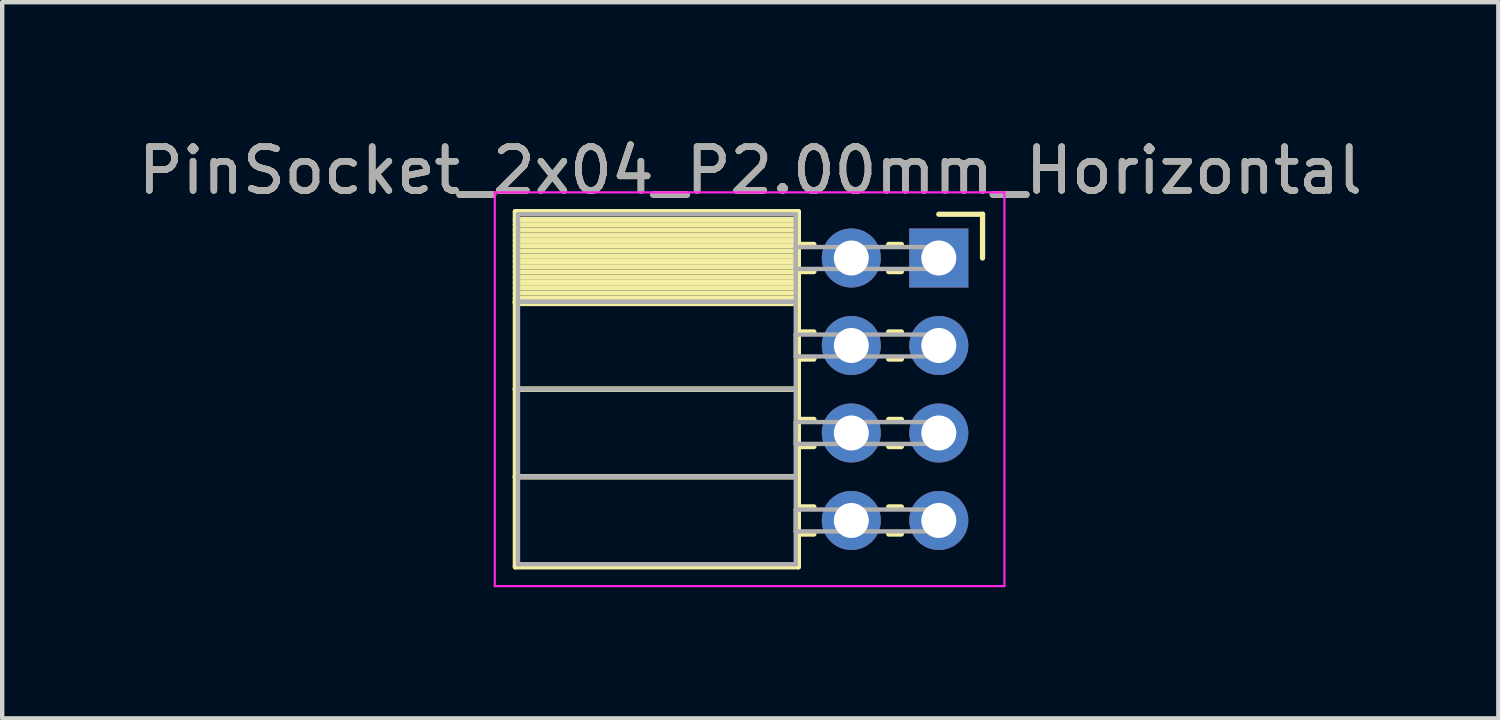
<source format=kicad_pcb>
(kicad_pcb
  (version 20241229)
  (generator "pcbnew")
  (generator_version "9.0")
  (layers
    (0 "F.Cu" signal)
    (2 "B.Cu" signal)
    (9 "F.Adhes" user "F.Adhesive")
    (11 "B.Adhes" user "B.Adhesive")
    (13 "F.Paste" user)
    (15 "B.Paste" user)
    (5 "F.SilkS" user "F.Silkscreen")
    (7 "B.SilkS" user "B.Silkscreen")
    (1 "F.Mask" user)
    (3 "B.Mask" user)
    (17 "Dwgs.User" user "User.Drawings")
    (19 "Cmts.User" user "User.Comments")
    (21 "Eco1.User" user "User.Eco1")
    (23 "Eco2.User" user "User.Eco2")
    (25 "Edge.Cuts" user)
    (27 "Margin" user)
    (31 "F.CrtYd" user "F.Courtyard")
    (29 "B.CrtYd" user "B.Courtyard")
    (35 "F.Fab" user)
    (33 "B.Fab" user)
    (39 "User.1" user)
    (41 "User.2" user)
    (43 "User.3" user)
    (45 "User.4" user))
  (footprint "PinSocket_2x04_P2.00mm_Horizontal"
    (layer "F.Cu")
    (at 18.411 2.848)
    (property "Reference" "PinSocket_2x04_P2.00mm_Horizontal" (at -4.31 -2 0) (layer "F.SilkS") (effects (font (size 1 1) (thickness 0.15))))
    (attr through_hole)
    (fp_line (start -9.68 -1.06) (end -3.21 -1.06) (stroke (width 0.12) (type solid)) (layer "F.SilkS"))
    (fp_line (start -9.68 1) (end -9.68 -1.06) (stroke (width 0.12) (type solid)) (layer "F.SilkS"))
    (fp_line (start -9.68 1) (end -3.21 1) (stroke (width 0.12) (type solid)) (layer "F.SilkS"))
    (fp_line (start -9.68 3) (end -9.68 1) (stroke (width 0.12) (type solid)) (layer "F.SilkS"))
    (fp_line (start -9.68 3) (end -3.21 3) (stroke (width 0.12) (type solid)) (layer "F.SilkS"))
    (fp_line (start -9.68 5) (end -9.68 3) (stroke (width 0.12) (type solid)) (layer "F.SilkS"))
    (fp_line (start -9.68 5) (end -3.21 5) (stroke (width 0.12) (type solid)) (layer "F.SilkS"))
    (fp_line (start -9.68 7.06) (end -9.68 5) (stroke (width 0.12) (type solid)) (layer "F.SilkS"))
    (fp_line (start -3.21 -1.06) (end -3.21 1) (stroke (width 0.12) (type solid)) (layer "F.SilkS"))
    (fp_line (start -3.21 -0.88) (end -9.68 -0.88) (stroke (width 0.12) (type solid)) (layer "F.SilkS"))
    (fp_line (start -3.21 -0.76) (end -9.68 -0.76) (stroke (width 0.12) (type solid)) (layer "F.SilkS"))
    (fp_line (start -3.21 -0.64) (end -9.68 -0.64) (stroke (width 0.12) (type solid)) (layer "F.SilkS"))
    (fp_line (start -3.21 -0.52) (end -9.68 -0.52) (stroke (width 0.12) (type solid)) (layer "F.SilkS"))
    (fp_line (start -3.21 -0.4) (end -9.68 -0.4) (stroke (width 0.12) (type solid)) (layer "F.SilkS"))
    (fp_line (start -3.21 -0.28) (end -9.68 -0.28) (stroke (width 0.12) (type solid)) (layer "F.SilkS"))
    (fp_line (start -3.21 -0.16) (end -9.68 -0.16) (stroke (width 0.12) (type solid)) (layer "F.SilkS"))
    (fp_line (start -3.21 -0.04) (end -9.68 -0.04) (stroke (width 0.12) (type solid)) (layer "F.SilkS"))
    (fp_line (start -3.21 0.08) (end -9.68 0.08) (stroke (width 0.12) (type solid)) (layer "F.SilkS"))
    (fp_line (start -3.21 0.2) (end -9.68 0.2) (stroke (width 0.12) (type solid)) (layer "F.SilkS"))
    (fp_line (start -3.21 0.32) (end -9.68 0.32) (stroke (width 0.12) (type solid)) (layer "F.SilkS"))
    (fp_line (start -3.21 0.44) (end -9.68 0.44) (stroke (width 0.12) (type solid)) (layer "F.SilkS"))
    (fp_line (start -3.21 0.56) (end -9.68 0.56) (stroke (width 0.12) (type solid)) (layer "F.SilkS"))
    (fp_line (start -3.21 0.68) (end -9.68 0.68) (stroke (width 0.12) (type solid)) (layer "F.SilkS"))
    (fp_line (start -3.21 0.8) (end -9.68 0.8) (stroke (width 0.12) (type solid)) (layer "F.SilkS"))
    (fp_line (start -3.21 0.92) (end -9.68 0.92) (stroke (width 0.12) (type solid)) (layer "F.SilkS"))
    (fp_line (start -3.21 1) (end -9.68 1) (stroke (width 0.12) (type solid)) (layer "F.SilkS"))
    (fp_line (start -3.21 1) (end -3.21 3) (stroke (width 0.12) (type solid)) (layer "F.SilkS"))
    (fp_line (start -3.21 1.04) (end -9.68 1.04) (stroke (width 0.12) (type solid)) (layer "F.SilkS"))
    (fp_line (start -3.21 3) (end -9.68 3) (stroke (width 0.12) (type solid)) (layer "F.SilkS"))
    (fp_line (start -3.21 3) (end -3.21 5) (stroke (width 0.12) (type solid)) (layer "F.SilkS"))
    (fp_line (start -3.21 5) (end -9.68 5) (stroke (width 0.12) (type solid)) (layer "F.SilkS"))
    (fp_line (start -3.21 5) (end -3.21 7.06) (stroke (width 0.12) (type solid)) (layer "F.SilkS"))
    (fp_line (start -3.21 7.06) (end -9.68 7.06) (stroke (width 0.12) (type solid)) (layer "F.SilkS"))
    (fp_line (start -2.855 -0.31) (end -3.21 -0.31) (stroke (width 0.12) (type solid)) (layer "F.SilkS"))
    (fp_line (start -2.855 0.31) (end -3.21 0.31) (stroke (width 0.12) (type solid)) (layer "F.SilkS"))
    (fp_line (start -2.855 1.69) (end -3.21 1.69) (stroke (width 0.12) (type solid)) (layer "F.SilkS"))
    (fp_line (start -2.855 2.31) (end -3.21 2.31) (stroke (width 0.12) (type solid)) (layer "F.SilkS"))
    (fp_line (start -2.855 3.69) (end -3.21 3.69) (stroke (width 0.12) (type solid)) (layer "F.SilkS"))
    (fp_line (start -2.855 4.31) (end -3.21 4.31) (stroke (width 0.12) (type solid)) (layer "F.SilkS"))
    (fp_line (start -2.855 5.69) (end -3.21 5.69) (stroke (width 0.12) (type solid)) (layer "F.SilkS"))
    (fp_line (start -2.855 6.31) (end -3.21 6.31) (stroke (width 0.12) (type solid)) (layer "F.SilkS"))
    (fp_line (start -0.855 -0.31) (end -1.145 -0.31) (stroke (width 0.12) (type solid)) (layer "F.SilkS"))
    (fp_line (start -0.855 0.31) (end -1.145 0.31) (stroke (width 0.12) (type solid)) (layer "F.SilkS"))
    (fp_line (start -0.855 1.69) (end -1.145 1.69) (stroke (width 0.12) (type solid)) (layer "F.SilkS"))
    (fp_line (start -0.855 2.31) (end -1.145 2.31) (stroke (width 0.12) (type solid)) (layer "F.SilkS"))
    (fp_line (start -0.855 3.69) (end -1.145 3.69) (stroke (width 0.12) (type solid)) (layer "F.SilkS"))
    (fp_line (start -0.855 4.31) (end -1.145 4.31) (stroke (width 0.12) (type solid)) (layer "F.SilkS"))
    (fp_line (start -0.855 5.69) (end -1.145 5.69) (stroke (width 0.12) (type solid)) (layer "F.SilkS"))
    (fp_line (start -0.855 6.31) (end -1.145 6.31) (stroke (width 0.12) (type solid)) (layer "F.SilkS"))
    (fp_line (start 0 -1) (end 1 -1) (stroke (width 0.12) (type solid)) (layer "F.SilkS"))
    (fp_line (start 1 -1) (end 1 0) (stroke (width 0.12) (type solid)) (layer "F.SilkS"))
    (fp_line (start -10.15 -1.5) (end 1.5 -1.5) (stroke (width 0.05) (type solid)) (layer "F.CrtYd"))
    (fp_line (start -10.15 7.5) (end -10.15 -1.5) (stroke (width 0.05) (type solid)) (layer "F.CrtYd"))
    (fp_line (start 1.5 -1.5) (end 1.5 7.5) (stroke (width 0.05) (type solid)) (layer "F.CrtYd"))
    (fp_line (start 1.5 7.5) (end -10.15 7.5) (stroke (width 0.05) (type solid)) (layer "F.CrtYd"))
    (fp_line (start -9.62 -1) (end -3.27 -1) (stroke (width 0.1) (type solid)) (layer "F.Fab"))
    (fp_line (start -9.62 1) (end -9.62 -1) (stroke (width 0.1) (type solid)) (layer "F.Fab"))
    (fp_line (start -9.62 1) (end -3.27 1) (stroke (width 0.1) (type solid)) (layer "F.Fab"))
    (fp_line (start -9.62 3) (end -9.62 1) (stroke (width 0.1) (type solid)) (layer "F.Fab"))
    (fp_line (start -9.62 3) (end -3.27 3) (stroke (width 0.1) (type solid)) (layer "F.Fab"))
    (fp_line (start -9.62 5) (end -9.62 3) (stroke (width 0.1) (type solid)) (layer "F.Fab"))
    (fp_line (start -9.62 5) (end -3.27 5) (stroke (width 0.1) (type solid)) (layer "F.Fab"))
    (fp_line (start -9.62 7) (end -9.62 5) (stroke (width 0.1) (type solid)) (layer "F.Fab"))
    (fp_line (start -3.27 -1) (end -3.27 1) (stroke (width 0.1) (type solid)) (layer "F.Fab"))
    (fp_line (start -3.27 -0.25) (end 0 -0.25) (stroke (width 0.1) (type solid)) (layer "F.Fab"))
    (fp_line (start -3.27 0.25) (end -3.27 -0.25) (stroke (width 0.1) (type solid)) (layer "F.Fab"))
    (fp_line (start -3.27 1) (end -9.62 1) (stroke (width 0.1) (type solid)) (layer "F.Fab"))
    (fp_line (start -3.27 1) (end -3.27 3) (stroke (width 0.1) (type solid)) (layer "F.Fab"))
    (fp_line (start -3.27 1.75) (end 0 1.75) (stroke (width 0.1) (type solid)) (layer "F.Fab"))
    (fp_line (start -3.27 2.25) (end -3.27 1.75) (stroke (width 0.1) (type solid)) (layer "F.Fab"))
    (fp_line (start -3.27 3) (end -9.62 3) (stroke (width 0.1) (type solid)) (layer "F.Fab"))
    (fp_line (start -3.27 3) (end -3.27 5) (stroke (width 0.1) (type solid)) (layer "F.Fab"))
    (fp_line (start -3.27 3.75) (end 0 3.75) (stroke (width 0.1) (type solid)) (layer "F.Fab"))
    (fp_line (start -3.27 4.25) (end -3.27 3.75) (stroke (width 0.1) (type solid)) (layer "F.Fab"))
    (fp_line (start -3.27 5) (end -9.62 5) (stroke (width 0.1) (type solid)) (layer "F.Fab"))
    (fp_line (start -3.27 5) (end -3.27 7) (stroke (width 0.1) (type solid)) (layer "F.Fab"))
    (fp_line (start -3.27 5.75) (end 0 5.75) (stroke (width 0.1) (type solid)) (layer "F.Fab"))
    (fp_line (start -3.27 6.25) (end -3.27 5.75) (stroke (width 0.1) (type solid)) (layer "F.Fab"))
    (fp_line (start -3.27 7) (end -9.62 7) (stroke (width 0.1) (type solid)) (layer "F.Fab"))
    (fp_line (start 0 -0.25) (end 0 0.25) (stroke (width 0.1) (type solid)) (layer "F.Fab"))
    (fp_line (start 0 0.25) (end -3.27 0.25) (stroke (width 0.1) (type solid)) (layer "F.Fab"))
    (fp_line (start 0 1.75) (end 0 2.25) (stroke (width 0.1) (type solid)) (layer "F.Fab"))
    (fp_line (start 0 2.25) (end -3.27 2.25) (stroke (width 0.1) (type solid)) (layer "F.Fab"))
    (fp_line (start 0 3.75) (end 0 4.25) (stroke (width 0.1) (type solid)) (layer "F.Fab"))
    (fp_line (start 0 4.25) (end -3.27 4.25) (stroke (width 0.1) (type solid)) (layer "F.Fab"))
    (fp_line (start 0 5.75) (end 0 6.25) (stroke (width 0.1) (type solid)) (layer "F.Fab"))
    (fp_line (start 0 6.25) (end -3.27 6.25) (stroke (width 0.1) (type solid)) (layer "F.Fab"))
    (fp_text user "${REFERENCE}" (at -4.31 -2 0) (layer "F.Fab") (effects (font (size 1 1) (thickness 0.15))))
    (pad "1" thru_hole rect (at 0 0) (size 1.35 1.35) (drill 0.8) (layers "*.Cu" "*.Mask"))
    (pad "2" thru_hole oval (at -2 0) (size 1.35 1.35) (drill 0.8) (layers "*.Cu" "*.Mask"))
    (pad "3" thru_hole oval (at 0 2) (size 1.35 1.35) (drill 0.8) (layers "*.Cu" "*.Mask"))
    (pad "4" thru_hole oval (at -2 2) (size 1.35 1.35) (drill 0.8) (layers "*.Cu" "*.Mask"))
    (pad "5" thru_hole oval (at 0 4) (size 1.35 1.35) (drill 0.8) (layers "*.Cu" "*.Mask"))
    (pad "6" thru_hole oval (at -2 4) (size 1.35 1.35) (drill 0.8) (layers "*.Cu" "*.Mask"))
    (pad "7" thru_hole oval (at 0 6) (size 1.35 1.35) (drill 0.8) (layers "*.Cu" "*.Mask"))
    (pad "8" thru_hole oval (at -2 6) (size 1.35 1.35) (drill 0.8) (layers "*.Cu" "*.Mask")))
  (gr_rect
    (start -3 -3)
    (end 31.202 13.373)
    (stroke (width 0.1) (type default))
    (fill no)
    (layer "Edge.Cuts")))
</source>
